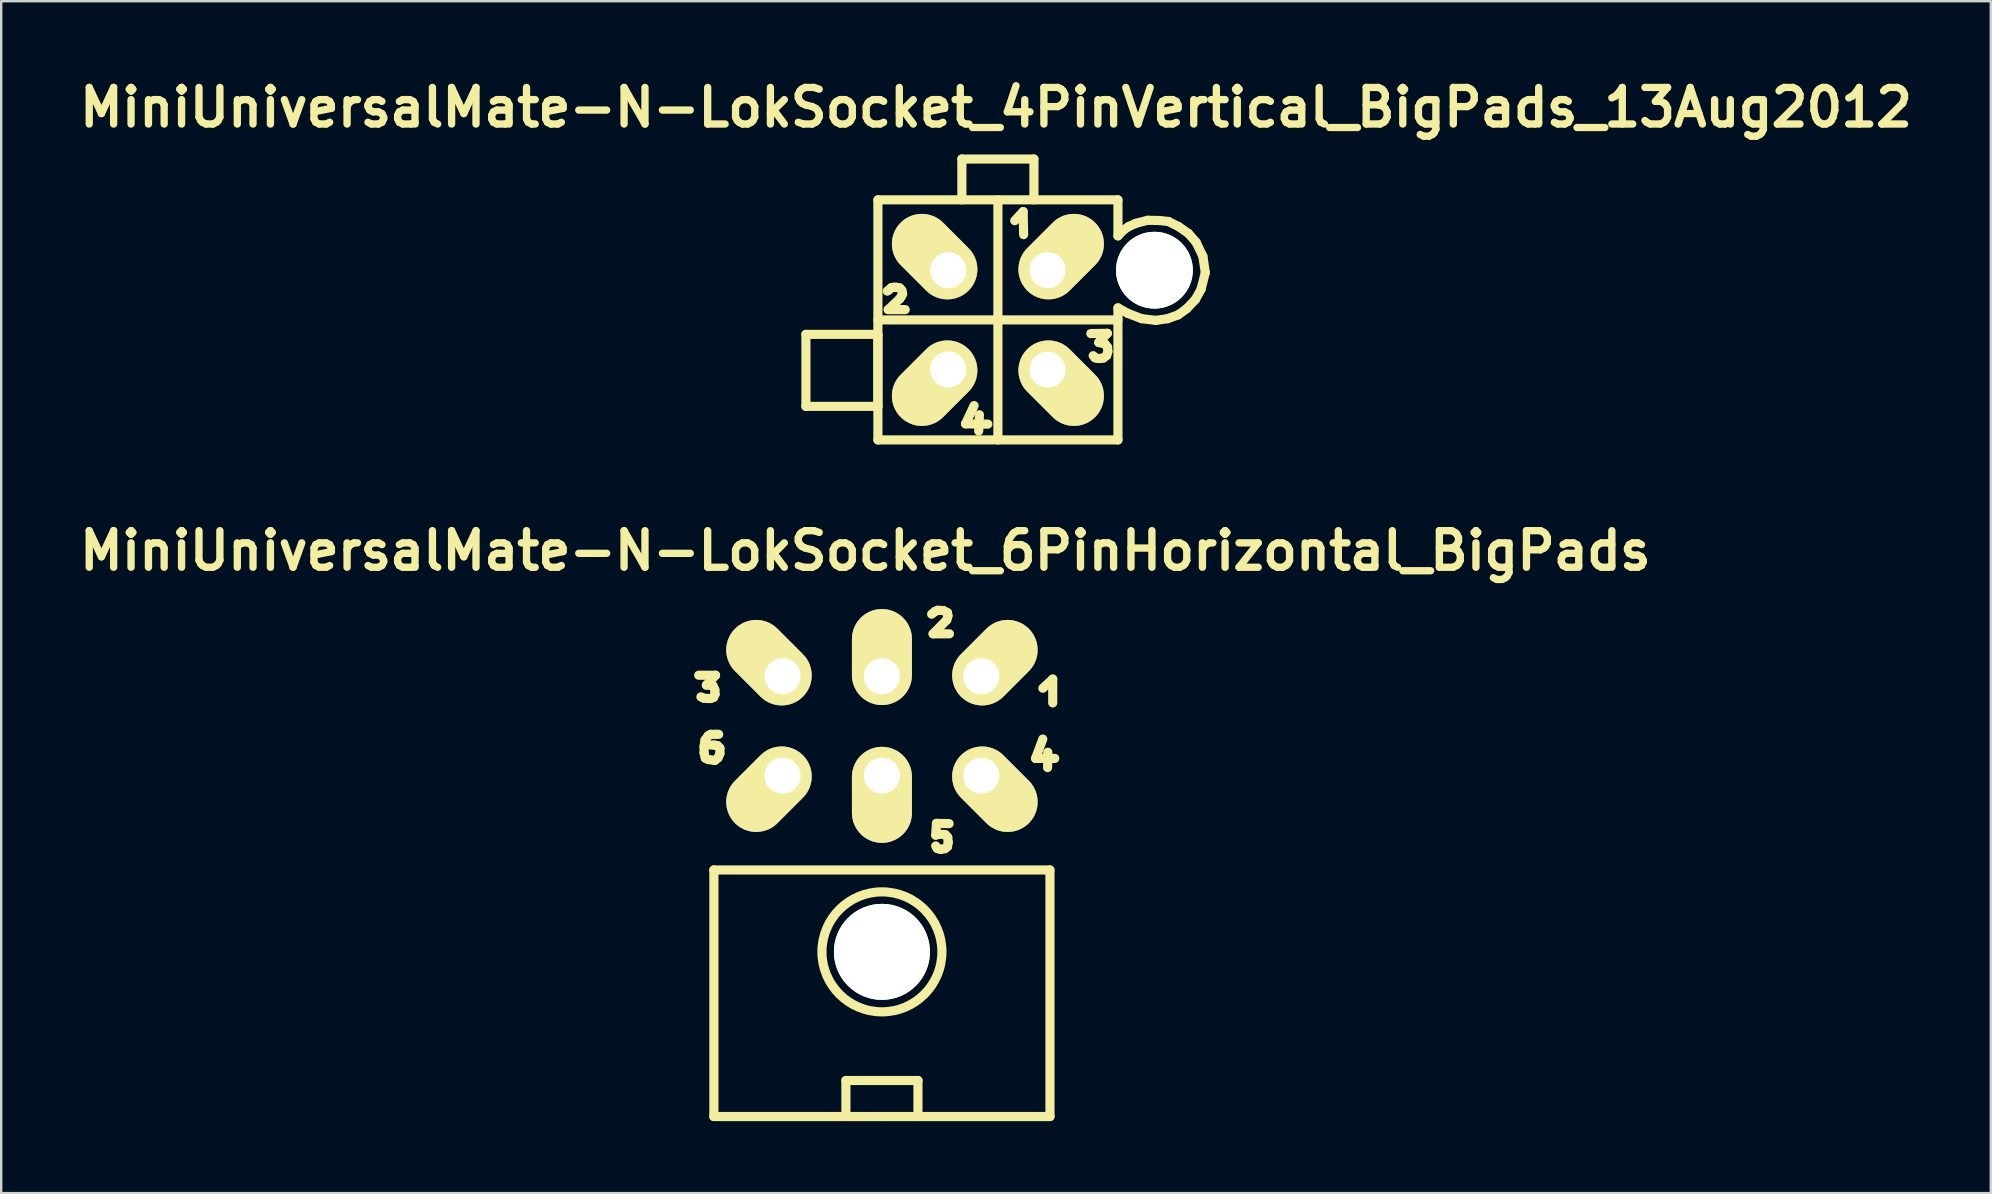
<source format=kicad_pcb>
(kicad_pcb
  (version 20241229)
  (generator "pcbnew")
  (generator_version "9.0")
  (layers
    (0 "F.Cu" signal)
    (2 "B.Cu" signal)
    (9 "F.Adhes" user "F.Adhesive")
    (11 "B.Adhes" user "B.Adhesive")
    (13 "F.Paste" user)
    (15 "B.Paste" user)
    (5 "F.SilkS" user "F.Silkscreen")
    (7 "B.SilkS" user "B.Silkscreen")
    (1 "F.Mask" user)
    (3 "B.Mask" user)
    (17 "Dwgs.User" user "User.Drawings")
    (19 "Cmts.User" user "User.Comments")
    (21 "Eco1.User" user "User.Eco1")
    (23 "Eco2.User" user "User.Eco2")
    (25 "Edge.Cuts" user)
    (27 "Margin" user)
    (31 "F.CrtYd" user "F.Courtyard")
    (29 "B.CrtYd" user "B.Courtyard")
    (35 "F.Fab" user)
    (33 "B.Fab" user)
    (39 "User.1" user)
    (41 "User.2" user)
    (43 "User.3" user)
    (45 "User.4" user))
  (footprint "MiniUniversalMate-N-LokSocket_4PinVertical_BigPads_13Aug2012"
    (layer "F.Cu")
    (at 38.52 10.276)
    (property "Reference" "MiniUniversalMate-N-LokSocket_4PinVertical_BigPads_13Aug2012" (at -0.079 -8.849 0) (layer "F.SilkS") (effects (font (size 1.524 1.524) (thickness 0.305))))
    (attr through_hole)
    (fp_line (start -7.998 0.602) (end -4.999 0.602) (stroke (width 0.381) (type solid)) (layer "F.SilkS"))
    (fp_line (start -7.998 3.602) (end -7.998 0.602) (stroke (width 0.381) (type solid)) (layer "F.SilkS"))
    (fp_line (start -4.999 -5.001) (end -4.999 4.999) (stroke (width 0.381) (type solid)) (layer "F.SilkS"))
    (fp_line (start -4.999 0) (end 5.001 0) (stroke (width 0.381) (type solid)) (layer "F.SilkS"))
    (fp_line (start -4.999 0.602) (end -4.999 3.602) (stroke (width 0.381) (type solid)) (layer "F.SilkS"))
    (fp_line (start -4.999 3.602) (end -7.998 3.602) (stroke (width 0.381) (type solid)) (layer "F.SilkS"))
    (fp_line (start -4.999 4.999) (end 5.001 4.999) (stroke (width 0.381) (type solid)) (layer "F.SilkS"))
    (fp_line (start -4.61 -1.199) (end -4.519 -1.27) (stroke (width 0.381) (type solid)) (layer "F.SilkS"))
    (fp_line (start -4.569 -0.429) (end -3.861 -0.429) (stroke (width 0.381) (type solid)) (layer "F.SilkS"))
    (fp_line (start -4.519 -1.27) (end -4.44 -1.341) (stroke (width 0.381) (type solid)) (layer "F.SilkS"))
    (fp_line (start -4.44 -1.341) (end -4.341 -1.359) (stroke (width 0.381) (type solid)) (layer "F.SilkS"))
    (fp_line (start -4.341 -1.359) (end -4.219 -1.359) (stroke (width 0.381) (type solid)) (layer "F.SilkS"))
    (fp_line (start -4.219 -1.359) (end -4.089 -1.331) (stroke (width 0.381) (type solid)) (layer "F.SilkS"))
    (fp_line (start -4.089 -1.331) (end -4 -1.229) (stroke (width 0.381) (type solid)) (layer "F.SilkS"))
    (fp_line (start -4.089 -0.879) (end -4.569 -0.429) (stroke (width 0.381) (type solid)) (layer "F.SilkS"))
    (fp_line (start -4.021 -0.98) (end -4.089 -0.879) (stroke (width 0.381) (type solid)) (layer "F.SilkS"))
    (fp_line (start -4 -1.229) (end -3.97 -1.079) (stroke (width 0.381) (type solid)) (layer "F.SilkS"))
    (fp_line (start -3.97 -1.079) (end -4.021 -0.98) (stroke (width 0.381) (type solid)) (layer "F.SilkS"))
    (fp_line (start -1.501 -6.701) (end -1.501 -5.001) (stroke (width 0.381) (type solid)) (layer "F.SilkS"))
    (fp_line (start -1.349 4.331) (end -0.419 4.341) (stroke (width 0.381) (type solid)) (layer "F.SilkS"))
    (fp_line (start -0.991 3.569) (end -1.349 4.331) (stroke (width 0.381) (type solid)) (layer "F.SilkS"))
    (fp_line (start -0.77 3.95) (end -0.8 4.63) (stroke (width 0.381) (type solid)) (layer "F.SilkS"))
    (fp_line (start 0 -5.001) (end 0 4.999) (stroke (width 0.381) (type solid)) (layer "F.SilkS"))
    (fp_line (start 0.701 -4.133) (end 1.052 -4.511) (stroke (width 0.381) (type solid)) (layer "F.SilkS"))
    (fp_line (start 1.052 -4.511) (end 1.072 -3.551) (stroke (width 0.381) (type solid)) (layer "F.SilkS"))
    (fp_line (start 1.501 -6.701) (end -1.501 -6.701) (stroke (width 0.381) (type solid)) (layer "F.SilkS"))
    (fp_line (start 1.501 -5.001) (end 1.501 -6.701) (stroke (width 0.381) (type solid)) (layer "F.SilkS"))
    (fp_line (start 3.871 0.569) (end 4.559 0.559) (stroke (width 0.381) (type solid)) (layer "F.SilkS"))
    (fp_line (start 4.051 1.58) (end 3.97 1.491) (stroke (width 0.381) (type solid)) (layer "F.SilkS"))
    (fp_line (start 4.201 0.94) (end 4.46 1.001) (stroke (width 0.381) (type solid)) (layer "F.SilkS"))
    (fp_line (start 4.201 1.61) (end 4.051 1.58) (stroke (width 0.381) (type solid)) (layer "F.SilkS"))
    (fp_line (start 4.389 1.59) (end 4.201 1.61) (stroke (width 0.381) (type solid)) (layer "F.SilkS"))
    (fp_line (start 4.46 1.001) (end 4.569 1.14) (stroke (width 0.381) (type solid)) (layer "F.SilkS"))
    (fp_line (start 4.531 1.481) (end 4.389 1.59) (stroke (width 0.381) (type solid)) (layer "F.SilkS"))
    (fp_line (start 4.559 0.559) (end 4.201 0.94) (stroke (width 0.381) (type solid)) (layer "F.SilkS"))
    (fp_line (start 4.569 1.14) (end 4.58 1.311) (stroke (width 0.381) (type solid)) (layer "F.SilkS"))
    (fp_line (start 4.58 1.311) (end 4.531 1.481) (stroke (width 0.381) (type solid)) (layer "F.SilkS"))
    (fp_line (start 5.001 -5.001) (end -4.999 -5.001) (stroke (width 0.381) (type solid)) (layer "F.SilkS"))
    (fp_line (start 5.001 -5.001) (end 5.001 -3.5) (stroke (width 0.381) (type solid)) (layer "F.SilkS"))
    (fp_line (start 5.001 -3.5) (end 5.22 -3.731) (stroke (width 0.381) (type solid)) (layer "F.SilkS"))
    (fp_line (start 5.001 4.999) (end 5.001 -0.5) (stroke (width 0.381) (type solid)) (layer "F.SilkS"))
    (fp_line (start 5.22 -3.731) (end 5.451 -3.891) (stroke (width 0.381) (type solid)) (layer "F.SilkS"))
    (fp_line (start 5.42 -0.269) (end 5.001 -0.5) (stroke (width 0.381) (type solid)) (layer "F.SilkS"))
    (fp_line (start 5.451 -3.891) (end 5.74 -4.021) (stroke (width 0.381) (type solid)) (layer "F.SilkS"))
    (fp_line (start 5.74 -4.021) (end 6.241 -4.15) (stroke (width 0.381) (type solid)) (layer "F.SilkS"))
    (fp_line (start 5.989 -0.051) (end 5.42 -0.269) (stroke (width 0.381) (type solid)) (layer "F.SilkS"))
    (fp_line (start 6.241 -4.15) (end 6.721 -4.14) (stroke (width 0.381) (type solid)) (layer "F.SilkS"))
    (fp_line (start 6.581 0.02) (end 5.989 -0.051) (stroke (width 0.381) (type solid)) (layer "F.SilkS"))
    (fp_line (start 6.721 -4.14) (end 7.099 -4.1) (stroke (width 0.381) (type solid)) (layer "F.SilkS"))
    (fp_line (start 7.071 -0.051) (end 6.581 0.02) (stroke (width 0.381) (type solid)) (layer "F.SilkS"))
    (fp_line (start 7.099 -4.1) (end 7.521 -3.891) (stroke (width 0.381) (type solid)) (layer "F.SilkS"))
    (fp_line (start 7.511 -0.211) (end 7.071 -0.051) (stroke (width 0.381) (type solid)) (layer "F.SilkS"))
    (fp_line (start 7.521 -3.891) (end 7.94 -3.599) (stroke (width 0.381) (type solid)) (layer "F.SilkS"))
    (fp_line (start 7.869 -0.47) (end 7.511 -0.211) (stroke (width 0.381) (type solid)) (layer "F.SilkS"))
    (fp_line (start 7.94 -3.599) (end 8.26 -3.231) (stroke (width 0.381) (type solid)) (layer "F.SilkS"))
    (fp_line (start 8.23 -0.851) (end 7.869 -0.47) (stroke (width 0.381) (type solid)) (layer "F.SilkS"))
    (fp_line (start 8.26 -3.231) (end 8.539 -2.649) (stroke (width 0.381) (type solid)) (layer "F.SilkS"))
    (fp_line (start 8.461 -1.27) (end 8.23 -0.851) (stroke (width 0.381) (type solid)) (layer "F.SilkS"))
    (fp_line (start 8.539 -2.649) (end 8.641 -1.971) (stroke (width 0.381) (type solid)) (layer "F.SilkS"))
    (fp_line (start 8.641 -1.971) (end 8.461 -1.27) (stroke (width 0.381) (type solid)) (layer "F.SilkS"))
    (pad "" np_thru_hole circle (at 6.52 -2.07 90) (size 3.2 3.2) (drill 3.2) (layers "*.Cu" "*.Mask" "F.SilkS"))
    (pad "1" thru_hole oval (at 2.07 -2.07 45) (size 4 2.499) (drill 1.501 (offset 0.8 0)) (layers "*.Cu" "*.Mask" "F.SilkS"))
    (pad "2" thru_hole oval (at -2.07 -2.07 315) (size 4 2.499) (drill 1.501 (offset -0.8 0)) (layers "*.Cu" "*.Mask" "F.SilkS"))
    (pad "3" thru_hole oval (at 2.07 2.07 315) (size 4 2.499) (drill 1.501 (offset 0.8 0)) (layers "*.Cu" "*.Mask" "F.SilkS"))
    (pad "4" thru_hole oval (at -2.07 2.07 45) (size 4 2.499) (drill 1.501 (offset -0.8 0)) (layers "*.Cu" "*.Mask" "F.SilkS")))
  (footprint "MiniUniversalMate-N-LokSocket_6PinHorizontal_BigPads"
    (layer "F.Cu")
    (at 33.689 27.191)
    (property "Reference" "MiniUniversalMate-N-LokSocket_6PinHorizontal_BigPads" (at -0.691 -7.3 0) (layer "F.SilkS") (effects (font (size 1.524 1.524) (thickness 0.305))))
    (attr through_hole)
    (fp_line (start -7.633 -2.113) (end -6.932 -2.113) (stroke (width 0.381) (type solid)) (layer "F.SilkS"))
    (fp_line (start -7.412 -1.153) (end -7.541 -1.212) (stroke (width 0.381) (type solid)) (layer "F.SilkS"))
    (fp_line (start -7.409 0.859) (end -7.409 1.118) (stroke (width 0.381) (type solid)) (layer "F.SilkS"))
    (fp_line (start -7.409 1.118) (end -7.358 1.339) (stroke (width 0.381) (type solid)) (layer "F.SilkS"))
    (fp_line (start -7.369 0.587) (end -7.409 0.859) (stroke (width 0.381) (type solid)) (layer "F.SilkS"))
    (fp_line (start -7.358 1.339) (end -7.239 1.397) (stroke (width 0.381) (type solid)) (layer "F.SilkS"))
    (fp_line (start -7.313 -1.702) (end -7.043 -1.681) (stroke (width 0.381) (type solid)) (layer "F.SilkS"))
    (fp_line (start -7.242 -1.143) (end -7.412 -1.153) (stroke (width 0.381) (type solid)) (layer "F.SilkS"))
    (fp_line (start -7.239 0.409) (end -7.369 0.587) (stroke (width 0.381) (type solid)) (layer "F.SilkS"))
    (fp_line (start -7.239 1.397) (end -6.96 1.438) (stroke (width 0.381) (type solid)) (layer "F.SilkS"))
    (fp_line (start -7.132 -1.143) (end -7.242 -1.143) (stroke (width 0.381) (type solid)) (layer "F.SilkS"))
    (fp_line (start -7.13 0.348) (end -7.239 0.409) (stroke (width 0.381) (type solid)) (layer "F.SilkS"))
    (fp_line (start -7.043 -1.681) (end -6.962 -1.514) (stroke (width 0.381) (type solid)) (layer "F.SilkS"))
    (fp_line (start -7.013 -1.194) (end -7.132 -1.143) (stroke (width 0.381) (type solid)) (layer "F.SilkS"))
    (fp_line (start -7 5.999) (end 7 5.999) (stroke (width 0.381) (type solid)) (layer "F.SilkS"))
    (fp_line (start -7 16.271) (end -7 5.999) (stroke (width 0.381) (type solid)) (layer "F.SilkS"))
    (fp_line (start -6.97 0.798) (end -7.219 0.787) (stroke (width 0.381) (type solid)) (layer "F.SilkS"))
    (fp_line (start -6.962 -1.514) (end -6.952 -1.323) (stroke (width 0.381) (type solid)) (layer "F.SilkS"))
    (fp_line (start -6.96 1.438) (end -6.828 1.328) (stroke (width 0.381) (type solid)) (layer "F.SilkS"))
    (fp_line (start -6.952 -1.323) (end -7.013 -1.194) (stroke (width 0.381) (type solid)) (layer "F.SilkS"))
    (fp_line (start -6.932 -2.113) (end -7.313 -1.702) (stroke (width 0.381) (type solid)) (layer "F.SilkS"))
    (fp_line (start -6.899 0.348) (end -7.13 0.348) (stroke (width 0.381) (type solid)) (layer "F.SilkS"))
    (fp_line (start -6.838 0.828) (end -6.97 0.798) (stroke (width 0.381) (type solid)) (layer "F.SilkS"))
    (fp_line (start -6.828 1.328) (end -6.749 1.148) (stroke (width 0.381) (type solid)) (layer "F.SilkS"))
    (fp_line (start -6.8 0.348) (end -6.899 0.348) (stroke (width 0.381) (type solid)) (layer "F.SilkS"))
    (fp_line (start -6.749 0.927) (end -6.838 0.828) (stroke (width 0.381) (type solid)) (layer "F.SilkS"))
    (fp_line (start -6.749 1.148) (end -6.749 0.927) (stroke (width 0.381) (type solid)) (layer "F.SilkS"))
    (fp_line (start -1.501 14.77) (end -1.501 16.271) (stroke (width 0.381) (type solid)) (layer "F.SilkS"))
    (fp_line (start 0 16.271) (end -7 16.271) (stroke (width 0.381) (type solid)) (layer "F.SilkS"))
    (fp_line (start 0 16.271) (end 7 16.271) (stroke (width 0.381) (type solid)) (layer "F.SilkS"))
    (fp_line (start 1.501 14.77) (end -1.501 14.77) (stroke (width 0.381) (type solid)) (layer "F.SilkS"))
    (fp_line (start 1.501 16.271) (end 1.501 14.77) (stroke (width 0.381) (type solid)) (layer "F.SilkS"))
    (fp_line (start 2.07 -4.658) (end 2.21 -4.768) (stroke (width 0.381) (type solid)) (layer "F.SilkS"))
    (fp_line (start 2.131 -3.838) (end 2.812 -3.838) (stroke (width 0.381) (type solid)) (layer "F.SilkS"))
    (fp_line (start 2.21 -4.768) (end 2.322 -4.818) (stroke (width 0.381) (type solid)) (layer "F.SilkS"))
    (fp_line (start 2.24 4.549) (end 2.39 4.508) (stroke (width 0.381) (type solid)) (layer "F.SilkS"))
    (fp_line (start 2.271 4.059) (end 2.24 4.549) (stroke (width 0.381) (type solid)) (layer "F.SilkS"))
    (fp_line (start 2.299 5.1) (end 2.24 4.999) (stroke (width 0.381) (type solid)) (layer "F.SilkS"))
    (fp_line (start 2.322 -4.818) (end 2.56 -4.808) (stroke (width 0.381) (type solid)) (layer "F.SilkS"))
    (fp_line (start 2.39 4.508) (end 2.639 4.529) (stroke (width 0.381) (type solid)) (layer "F.SilkS"))
    (fp_line (start 2.4 5.131) (end 2.299 5.1) (stroke (width 0.381) (type solid)) (layer "F.SilkS"))
    (fp_line (start 2.459 5.141) (end 2.4 5.131) (stroke (width 0.381) (type solid)) (layer "F.SilkS"))
    (fp_line (start 2.56 -4.808) (end 2.731 -4.717) (stroke (width 0.381) (type solid)) (layer "F.SilkS"))
    (fp_line (start 2.629 5.11) (end 2.459 5.141) (stroke (width 0.381) (type solid)) (layer "F.SilkS"))
    (fp_line (start 2.639 4.529) (end 2.741 4.641) (stroke (width 0.381) (type solid)) (layer "F.SilkS"))
    (fp_line (start 2.7 -4.417) (end 2.131 -3.838) (stroke (width 0.381) (type solid)) (layer "F.SilkS"))
    (fp_line (start 2.731 -4.717) (end 2.751 -4.587) (stroke (width 0.381) (type solid)) (layer "F.SilkS"))
    (fp_line (start 2.731 5.029) (end 2.629 5.11) (stroke (width 0.381) (type solid)) (layer "F.SilkS"))
    (fp_line (start 2.741 4.641) (end 2.761 4.849) (stroke (width 0.381) (type solid)) (layer "F.SilkS"))
    (fp_line (start 2.751 -4.587) (end 2.7 -4.417) (stroke (width 0.381) (type solid)) (layer "F.SilkS"))
    (fp_line (start 2.761 4.849) (end 2.731 5.029) (stroke (width 0.381) (type solid)) (layer "F.SilkS"))
    (fp_line (start 2.799 4.069) (end 2.271 4.059) (stroke (width 0.381) (type solid)) (layer "F.SilkS"))
    (fp_line (start 6.401 1.354) (end 7.201 1.354) (stroke (width 0.381) (type solid)) (layer "F.SilkS"))
    (fp_line (start 6.701 0.546) (end 6.401 1.354) (stroke (width 0.381) (type solid)) (layer "F.SilkS"))
    (fp_line (start 6.703 -1.57) (end 7.115 -1.951) (stroke (width 0.381) (type solid)) (layer "F.SilkS"))
    (fp_line (start 6.901 1.735) (end 6.911 1.095) (stroke (width 0.381) (type solid)) (layer "F.SilkS"))
    (fp_line (start 7 5.999) (end 7 16.271) (stroke (width 0.381) (type solid)) (layer "F.SilkS"))
    (fp_line (start 7.115 -1.951) (end 7.115 -0.96) (stroke (width 0.381) (type solid)) (layer "F.SilkS"))
    (fp_circle (center 0 9.411) (end 2.499 9.411) (stroke (width 0.381) (type solid)) (fill no) (layer "F.SilkS"))
    (pad "" np_thru_hole circle (at 0 9.411) (size 4 4) (drill 4) (layers "*.Cu" "*.Mask" "F.SilkS"))
    (pad "1" thru_hole oval (at 4.14 -2.07 45) (size 4 2.499) (drill 1.501 (offset 0.8 0)) (layers "*.Cu" "*.Mask" "F.SilkS"))
    (pad "2" thru_hole oval (at 0 -2.07 90) (size 4 2.499) (drill 1.501 (offset 0.8 0)) (layers "*.Cu" "*.Mask" "F.SilkS"))
    (pad "3" thru_hole oval (at -4.14 -2.07 315) (size 4 2.499) (drill 1.501 (offset -0.8 0)) (layers "*.Cu" "*.Mask" "F.SilkS"))
    (pad "4" thru_hole oval (at 4.14 2.07 315) (size 4 2.499) (drill 1.501 (offset 0.8 0)) (layers "*.Cu" "*.Mask" "F.SilkS"))
    (pad "5" thru_hole oval (at 0 2.07 90) (size 4 2.499) (drill 1.501 (offset -0.8 0)) (layers "*.Cu" "*.Mask" "F.SilkS"))
    (pad "6" thru_hole oval (at -4.14 2.07 45) (size 4 2.499) (drill 1.501 (offset -0.8 0)) (layers "*.Cu" "*.Mask" "F.SilkS")))
  (gr_rect
    (start -3 -3)
    (end 79.882 46.653)
    (stroke (width 0.1) (type default))
    (fill no)
    (layer "Edge.Cuts")))
</source>
